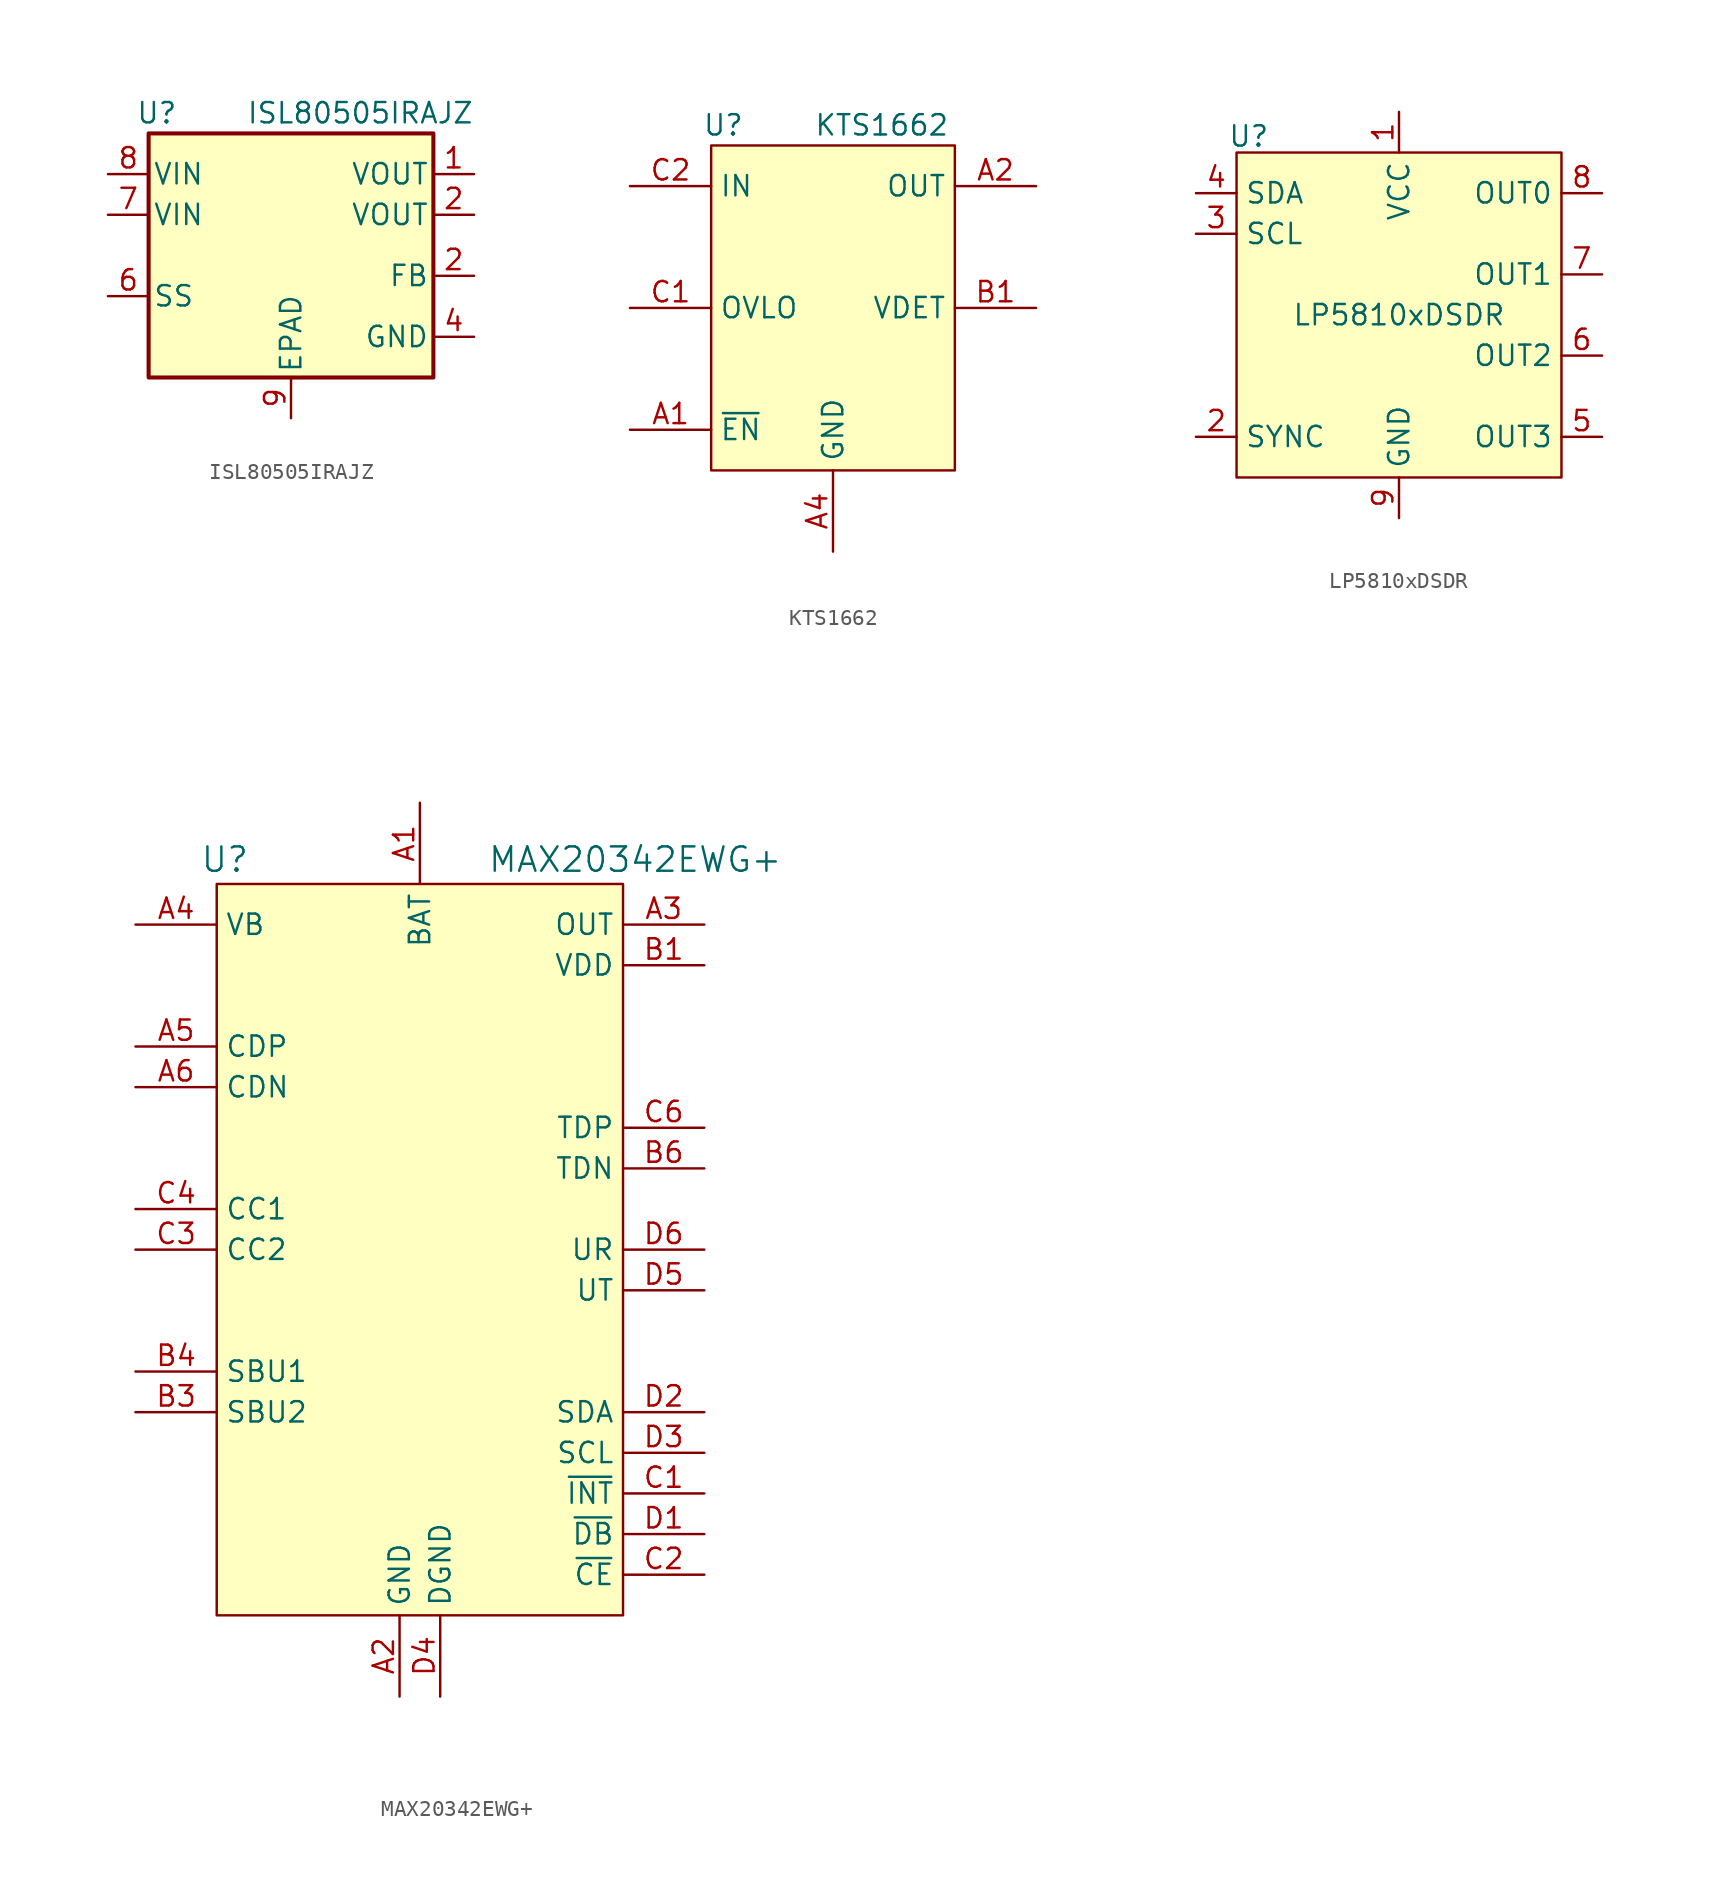
<source format=kicad_sym>
(kicad_symbol_lib
  (version 20231120)
  (generator "kicad_symbol_editor")
  (generator_version "8.0")
  (symbol "ISL80505IRAJZ"
    (pin_names
      (offset 0.254))
    (property "Reference" "U"
      (at -8.382 8.89 0)
      (effects (font (size 1.27 1.27))))
    (property "Value" "ISL80505IRAJZ"
      (at -2.794 8.89 0)
      (effects (font (size 1.27 1.27)) (justify left)))
    (symbol "ISL80505IRAJZ_0_1"
      (rectangle (start -8.89 7.62) (end 8.89 -7.62) (stroke (width 0.254) (type default)) (fill (type background))))
    (symbol "ISL80505IRAJZ_1_1"
      (pin power_out line (at 11.43 5.08 180) (length 2.54) (name "VOUT" (effects (font (size 1.27 1.27)))) (number "1" (effects (font (size 1.27 1.27)))))
      (pin input line (at 11.43 -1.27 180) (length 2.54) (name "FB" (effects (font (size 1.27 1.27)))) (number "2" (effects (font (size 1.27 1.27)))))
      (pin power_out line (at 11.43 2.54 180) (length 2.54) (name "VOUT" (effects (font (size 1.27 1.27)))) (number "2" (effects (font (size 1.27 1.27)))))
      (pin power_in line (at 11.43 -5.08 180) (length 2.54) (name "GND" (effects (font (size 1.27 1.27)))) (number "4" (effects (font (size 1.27 1.27)))))
      (pin input line (at -11.43 -5.08 0) (length 2.54) hide (name "ENABLE" (effects (font (size 1.27 1.27)))) (number "5" (effects (font (size 1.27 1.27)))))
      (pin input line (at -11.43 -2.54 0) (length 2.54) (name "SS" (effects (font (size 1.27 1.27)))) (number "6" (effects (font (size 1.27 1.27)))))
      (pin power_in line (at -11.43 2.54 0) (length 2.54) (name "VIN" (effects (font (size 1.27 1.27)))) (number "7" (effects (font (size 1.27 1.27)))))
      (pin power_in line (at -11.43 5.08 0) (length 2.54) (name "VIN" (effects (font (size 1.27 1.27)))) (number "8" (effects (font (size 1.27 1.27)))))
      (pin power_in line (at 0 -10.16 90) (length 2.54) (name "EPAD" (effects (font (size 1.27 1.27)))) (number "9" (effects (font (size 1.27 1.27)))))))
  (symbol "KTS1662"
    (property "Reference" "U"
      (at -6.858 10.16 0)
      (effects (font (size 1.27 1.27))))
    (property "Value" "KTS1662"
      (at 3.048 10.16 0)
      (effects (font (size 1.27 1.27))))
    (symbol "KTS1662_1_1"
      (rectangle (start -7.62 8.89) (end 7.62 -11.43) (stroke (width 0) (type default)) (fill (type background)))
      (pin input line (at -12.7 -8.89 0) (length 5.08) (name "~{EN}" (effects (font (size 1.27 1.27)))) (number "A1" (effects (font (size 1.27 1.27)))))
      (pin power_out line (at 12.7 6.35 180) (length 5.08) (name "OUT" (effects (font (size 1.27 1.27)))) (number "A2" (effects (font (size 1.27 1.27)))))
      (pin passive line (at 12.7 6.35 180) (length 5.08) hide (name "OUT" (effects (font (size 1.27 1.27)))) (number "A3" (effects (font (size 1.27 1.27)))))
      (pin power_in line (at 0 -16.51 90) (length 5.08) (name "GND" (effects (font (size 1.27 1.27)))) (number "A4" (effects (font (size 1.27 1.27)))))
      (pin power_out line (at 12.7 -1.27 180) (length 5.08) (name "VDET" (effects (font (size 1.27 1.27)))) (number "B1" (effects (font (size 1.27 1.27)))))
      (pin passive line (at 12.7 6.35 180) (length 5.08) hide (name "OUT" (effects (font (size 1.27 1.27)))) (number "B2" (effects (font (size 1.27 1.27)))))
      (pin passive line (at -12.7 6.35 0) (length 5.08) hide (name "IN" (effects (font (size 1.27 1.27)))) (number "B3" (effects (font (size 1.27 1.27)))))
      (pin passive line (at 0 -16.51 90) (length 5.08) hide (name "GND" (effects (font (size 1.27 1.27)))) (number "B4" (effects (font (size 1.27 1.27)))))
      (pin input line (at -12.7 -1.27 0) (length 5.08) (name "OVLO" (effects (font (size 1.27 1.27)))) (number "C1" (effects (font (size 1.27 1.27)))))
      (pin power_in line (at -12.7 6.35 0) (length 5.08) (name "IN" (effects (font (size 1.27 1.27)))) (number "C2" (effects (font (size 1.27 1.27)))))
      (pin passive line (at -12.7 6.35 0) (length 5.08) hide (name "IN" (effects (font (size 1.27 1.27)))) (number "C3" (effects (font (size 1.27 1.27)))))
      (pin passive line (at 0 -16.51 90) (length 5.08) hide (name "GND" (effects (font (size 1.27 1.27)))) (number "C4" (effects (font (size 1.27 1.27)))))))
  (symbol "LP5810xDSDR"
    (property "Reference" "U"
      (at -9.398 11.176 0)
      (effects (font (size 1.27 1.27))))
    (property "Value" "LP5810xDSDR"
      (at 0 0 0)
      (effects (font (size 1.27 1.27))))
    (symbol "LP5810xDSDR_1_1"
      (rectangle (start -10.16 10.16) (end 10.16 -10.16) (stroke (width 0) (type default)) (fill (type background)))
      (pin power_in line (at 0 12.7 270) (length 2.54) (name "VCC" (effects (font (size 1.27 1.27)))) (number "1" (effects (font (size 1.27 1.27)))))
      (pin bidirectional line (at -12.7 -7.62 0) (length 2.54) (name "SYNC" (effects (font (size 1.27 1.27)))) (number "2" (effects (font (size 1.27 1.27)))))
      (pin input line (at -12.7 5.08 0) (length 2.54) (name "SCL" (effects (font (size 1.27 1.27)))) (number "3" (effects (font (size 1.27 1.27)))))
      (pin bidirectional line (at -12.7 7.62 0) (length 2.54) (name "SDA" (effects (font (size 1.27 1.27)))) (number "4" (effects (font (size 1.27 1.27)))))
      (pin output line (at 12.7 -7.62 180) (length 2.54) (name "OUT3" (effects (font (size 1.27 1.27)))) (number "5" (effects (font (size 1.27 1.27)))))
      (pin output line (at 12.7 -2.54 180) (length 2.54) (name "OUT2" (effects (font (size 1.27 1.27)))) (number "6" (effects (font (size 1.27 1.27)))))
      (pin output line (at 12.7 2.54 180) (length 2.54) (name "OUT1" (effects (font (size 1.27 1.27)))) (number "7" (effects (font (size 1.27 1.27)))))
      (pin output line (at 12.7 7.62 180) (length 2.54) (name "OUT0" (effects (font (size 1.27 1.27)))) (number "8" (effects (font (size 1.27 1.27)))))
      (pin power_in line (at 0 -12.7 90) (length 2.54) (name "GND" (effects (font (size 1.27 1.27)))) (number "9" (effects (font (size 1.27 1.27)))))))
  (symbol "MAX20342EWG+"
    (property "Reference" "U"
      (at -12.192 24.384 0)
      (effects (font (size 1.524 1.524))))
    (property "Value" "MAX20342EWG+"
      (at 13.462 24.384 0)
      (effects (font (size 1.524 1.524))))
    (symbol "MAX20342EWG+_1_1"
      (rectangle (start -12.7 22.86) (end 12.7 -22.86) (stroke (width 0) (type default)) (fill (type background)))
      (pin power_in line (at 0 27.94 270) (length 5.08) (name "BAT" (effects (font (size 1.27 1.27)))) (number "A1" (effects (font (size 1.27 1.27)))))
      (pin power_in line (at -1.27 -27.94 90) (length 5.08) (name "GND" (effects (font (size 1.27 1.27)))) (number "A2" (effects (font (size 1.27 1.27)))))
      (pin power_out line (at 17.78 20.32 180) (length 5.08) (name "OUT" (effects (font (size 1.27 1.27)))) (number "A3" (effects (font (size 1.27 1.27)))))
      (pin power_in line (at -17.78 20.32 0) (length 5.08) (name "VB" (effects (font (size 1.27 1.27)))) (number "A4" (effects (font (size 1.27 1.27)))))
      (pin bidirectional line (at -17.78 12.7 0) (length 5.08) (name "CDP" (effects (font (size 1.27 1.27)))) (number "A5" (effects (font (size 1.27 1.27)))))
      (pin bidirectional line (at -17.78 10.16 0) (length 5.08) (name "CDN" (effects (font (size 1.27 1.27)))) (number "A6" (effects (font (size 1.27 1.27)))))
      (pin power_out line (at 17.78 17.78 180) (length 5.08) (name "VDD" (effects (font (size 1.27 1.27)))) (number "B1" (effects (font (size 1.27 1.27)))))
      (pin passive line (at -1.27 -27.94 90) (length 5.08) hide (name "GND" (effects (font (size 1.27 1.27)))) (number "B2" (effects (font (size 1.27 1.27)))))
      (pin input line (at -17.78 -10.16 0) (length 5.08) (name "SBU2" (effects (font (size 1.27 1.27)))) (number "B3" (effects (font (size 1.27 1.27)))))
      (pin input line (at -17.78 -7.62 0) (length 5.08) (name "SBU1" (effects (font (size 1.27 1.27)))) (number "B4" (effects (font (size 1.27 1.27)))))
      (pin passive line (at -1.27 -27.94 90) (length 5.08) hide (name "GND" (effects (font (size 1.27 1.27)))) (number "B5" (effects (font (size 1.27 1.27)))))
      (pin bidirectional line (at 17.78 5.08 180) (length 5.08) (name "TDN" (effects (font (size 1.27 1.27)))) (number "B6" (effects (font (size 1.27 1.27)))))
      (pin open_collector line (at 17.78 -15.24 180) (length 5.08) (name "~{INT}" (effects (font (size 1.27 1.27)))) (number "C1" (effects (font (size 1.27 1.27)))))
      (pin open_collector line (at 17.78 -20.32 180) (length 5.08) (name "~{CE}" (effects (font (size 1.27 1.27)))) (number "C2" (effects (font (size 1.27 1.27)))))
      (pin input line (at -17.78 0 0) (length 5.08) (name "CC2" (effects (font (size 1.27 1.27)))) (number "C3" (effects (font (size 1.27 1.27)))))
      (pin input line (at -17.78 2.54 0) (length 5.08) (name "CC1" (effects (font (size 1.27 1.27)))) (number "C4" (effects (font (size 1.27 1.27)))))
      (pin passive line (at -1.27 -27.94 90) (length 5.08) hide (name "GND" (effects (font (size 1.27 1.27)))) (number "C5" (effects (font (size 1.27 1.27)))))
      (pin bidirectional line (at 17.78 7.62 180) (length 5.08) (name "TDP" (effects (font (size 1.27 1.27)))) (number "C6" (effects (font (size 1.27 1.27)))))
      (pin open_collector line (at 17.78 -17.78 180) (length 5.08) (name "~{DB}" (effects (font (size 1.27 1.27)))) (number "D1" (effects (font (size 1.27 1.27)))))
      (pin bidirectional line (at 17.78 -10.16 180) (length 5.08) (name "SDA" (effects (font (size 1.27 1.27)))) (number "D2" (effects (font (size 1.27 1.27)))))
      (pin bidirectional line (at 17.78 -12.7 180) (length 5.08) (name "SCL" (effects (font (size 1.27 1.27)))) (number "D3" (effects (font (size 1.27 1.27)))))
      (pin power_in line (at 1.27 -27.94 90) (length 5.08) (name "DGND" (effects (font (size 1.27 1.27)))) (number "D4" (effects (font (size 1.27 1.27)))))
      (pin bidirectional line (at 17.78 -2.54 180) (length 5.08) (name "UT" (effects (font (size 1.27 1.27)))) (number "D5" (effects (font (size 1.27 1.27)))))
      (pin bidirectional line (at 17.78 0 180) (length 5.08) (name "UR" (effects (font (size 1.27 1.27)))) (number "D6" (effects (font (size 1.27 1.27))))))))
</source>
